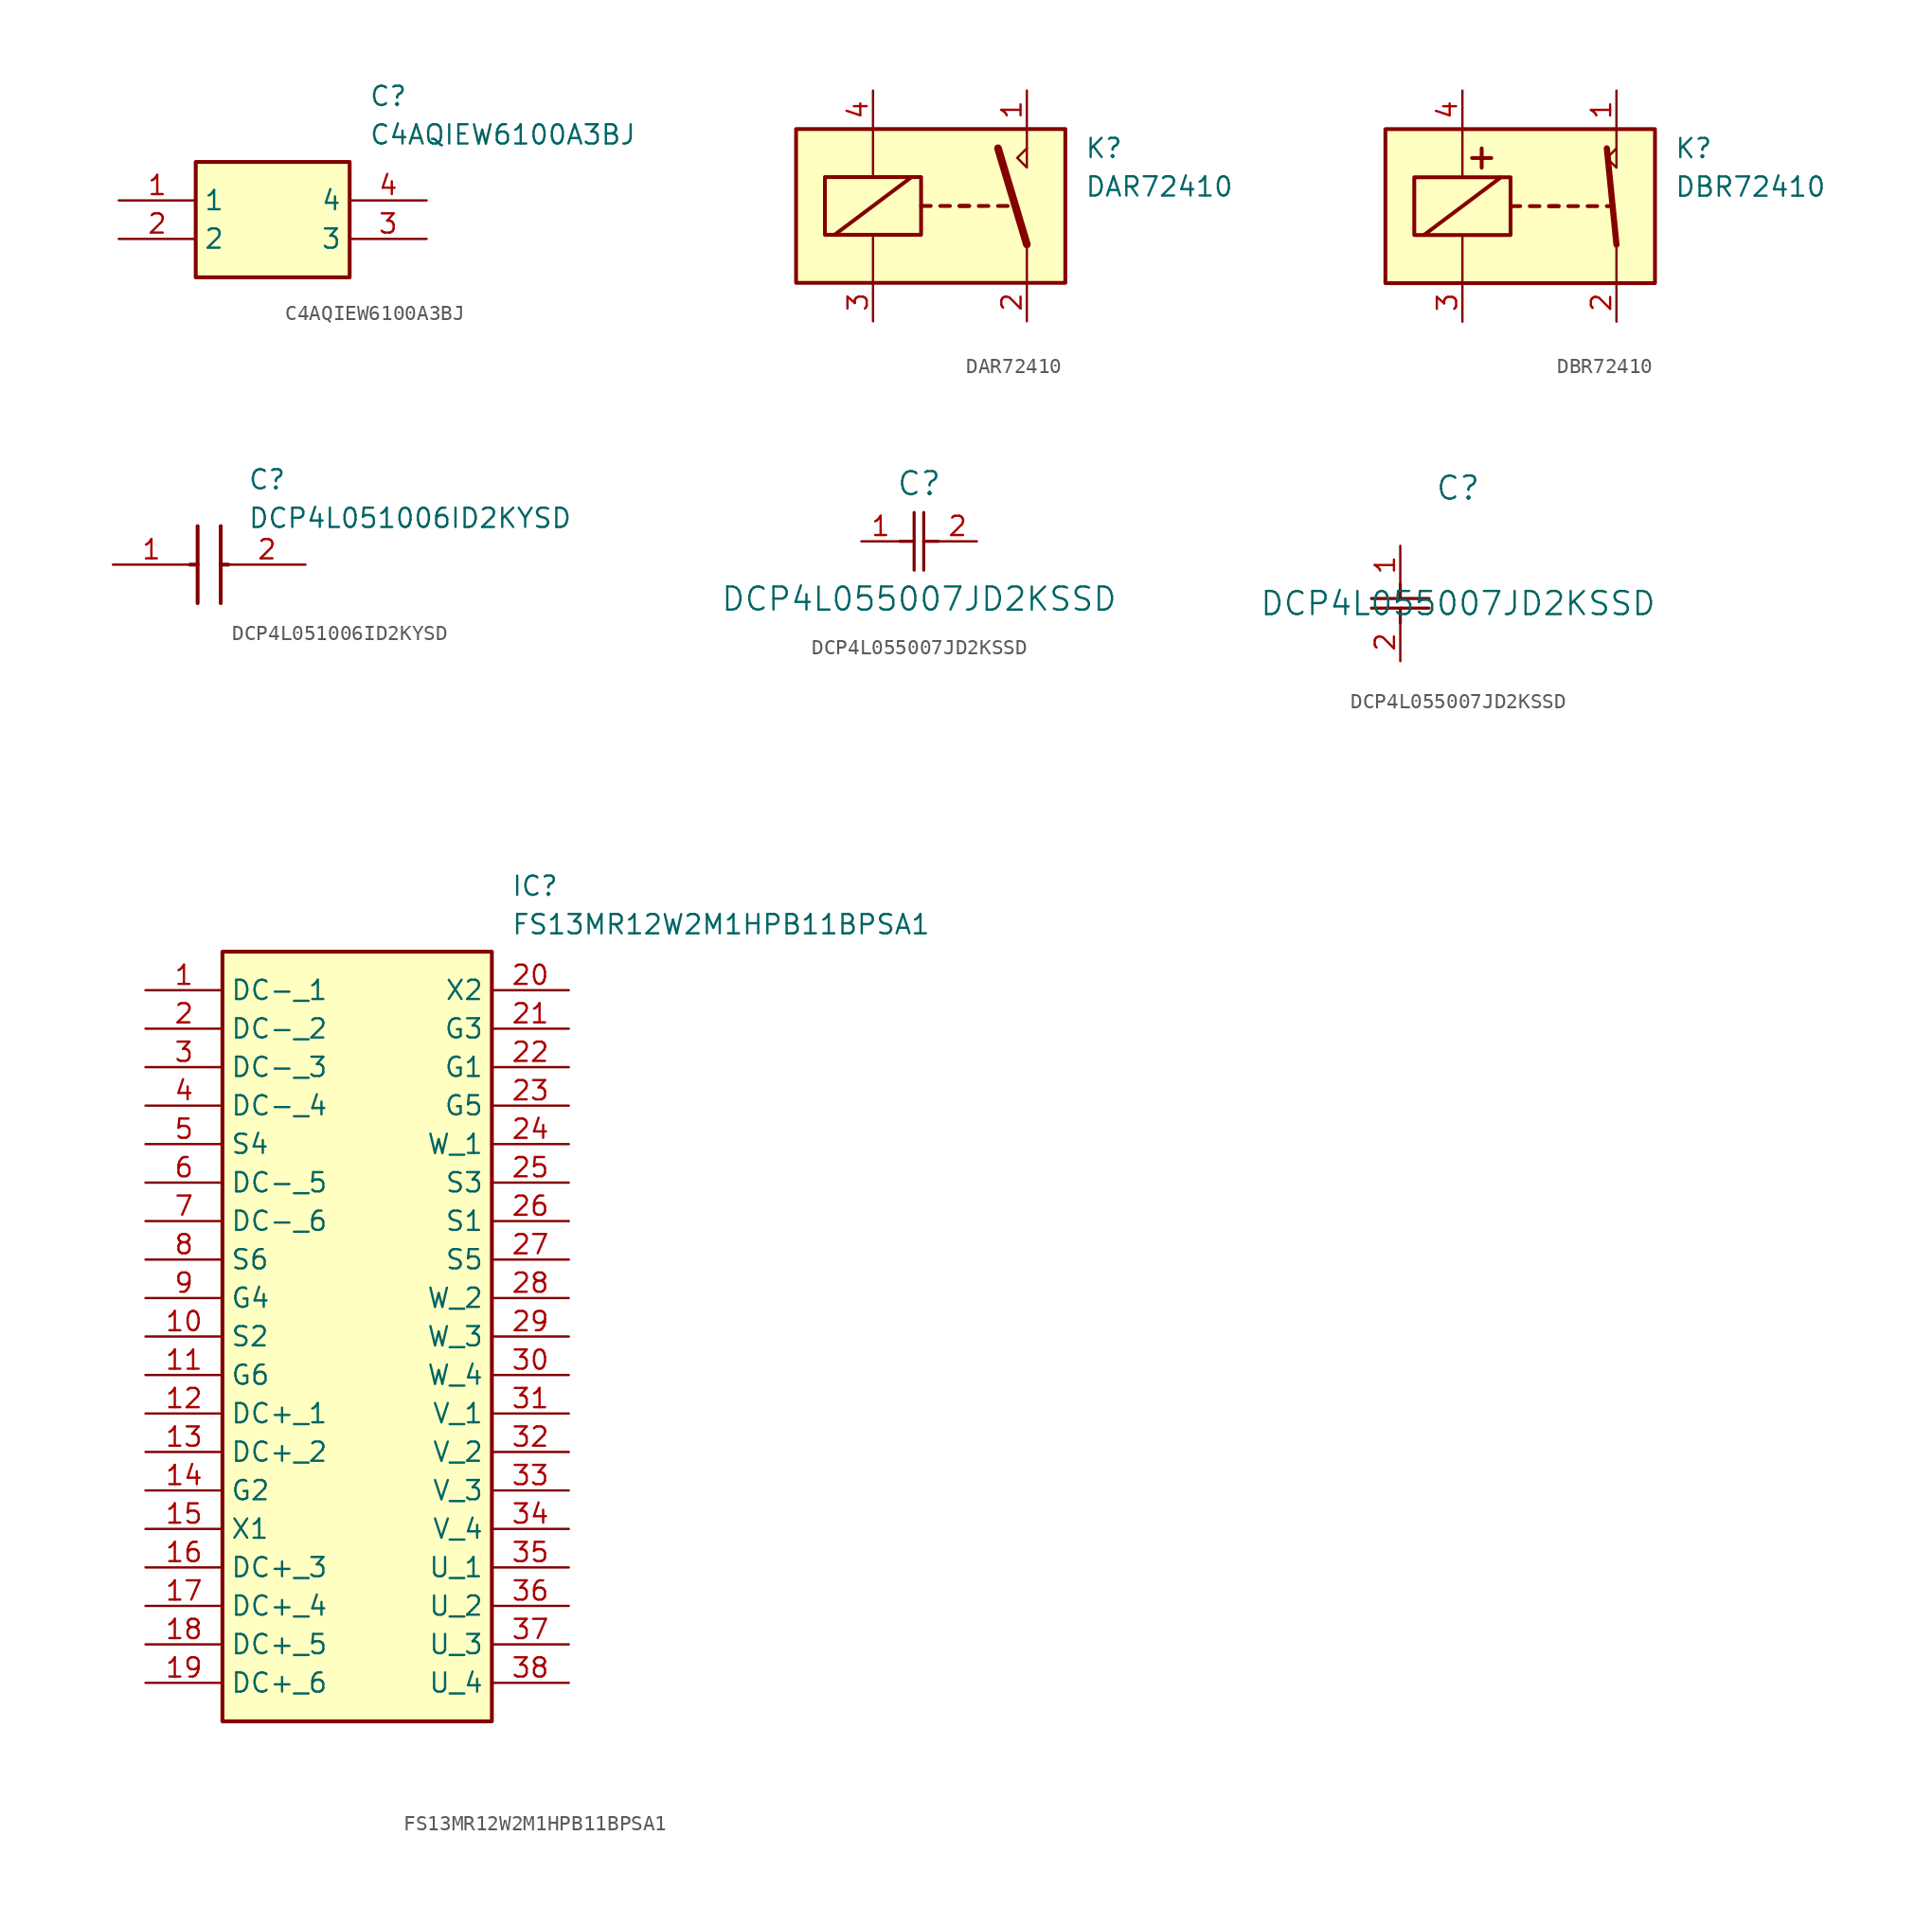
<source format=kicad_sym>
(kicad_symbol_lib
  (version 20241209)
  (generator "kicad_symbol_editor")
  (generator_version "9.0")
  (symbol "C4AQIEW6100A3BJ"
    (property "Reference" "C"
      (at 6.35 8.89 0)
      (effects (font (size 1.27 1.27)) (justify left top)))
    (property "Value" "C4AQIEW6100A3BJ"
      (at 6.35 6.35 0)
      (effects (font (size 1.27 1.27)) (justify left top)))
    (symbol "C4AQIEW6100A3BJ_1_1"
      (rectangle (start -5.08 3.81) (end 5.08 -3.81) (stroke (width 0.254) (type default)) (fill (type background)))
      (pin passive line (at -10.16 1.27 0) (length 5.08) (name "1" (effects (font (size 1.27 1.27)))) (number "1" (effects (font (size 1.27 1.27)))))
      (pin passive line (at -10.16 -1.27 0) (length 5.08) (name "2" (effects (font (size 1.27 1.27)))) (number "2" (effects (font (size 1.27 1.27)))))
      (pin passive line (at 10.16 1.27 180) (length 5.08) (name "4" (effects (font (size 1.27 1.27)))) (number "4" (effects (font (size 1.27 1.27)))))
      (pin passive line (at 10.16 -1.27 180) (length 5.08) (name "3" (effects (font (size 1.27 1.27)))) (number "3" (effects (font (size 1.27 1.27)))))))
  (symbol "DAR72410"
    (pin_names
      (offset 1.016))
    (property "Reference" "K"
      (at 8.89 3.81 0)
      (effects (font (size 1.27 1.27)) (justify left)))
    (property "Value" "DAR72410"
      (at 8.89 1.27 0)
      (effects (font (size 1.27 1.27)) (justify left)))
    (symbol "DAR72410_0_0"
      (polyline (pts (xy 5.08 3.81) (xy 5.08 5.08)) (stroke (width 0) (type solid)) (fill (type none)))
      (polyline (pts (xy 5.08 3.81) (xy 5.08 2.54) (xy 4.445 3.175) (xy 5.08 3.81)) (stroke (width 0) (type solid)) (fill (type none))))
    (symbol "DAR72410_0_1"
      (rectangle (start -10.16 5.08) (end 7.62 -5.08) (stroke (width 0.254) (type solid)) (fill (type background)))
      (rectangle (start -8.255 1.905) (end -1.905 -1.905) (stroke (width 0.254) (type solid)) (fill (type none)))
      (polyline (pts (xy -7.62 -1.905) (xy -2.54 1.905)) (stroke (width 0.254) (type solid)) (fill (type none)))
      (polyline (pts (xy -5.08 5.08) (xy -5.08 1.905)) (stroke (width 0) (type solid)) (fill (type none)))
      (polyline (pts (xy -5.08 -5.08) (xy -5.08 -1.905)) (stroke (width 0) (type solid)) (fill (type none)))
      (polyline (pts (xy -1.905 0) (xy -1.27 0)) (stroke (width 0.254) (type solid)) (fill (type none)))
      (polyline (pts (xy -0.635 0) (xy 0 0)) (stroke (width 0.254) (type solid)) (fill (type none)))
      (polyline (pts (xy 0.635 0) (xy 1.27 0)) (stroke (width 0.254) (type solid)) (fill (type none)))
      (polyline (pts (xy 0.635 0) (xy 1.27 0)) (stroke (width 0.254) (type solid)) (fill (type none)))
      (polyline (pts (xy 1.905 0) (xy 2.54 0)) (stroke (width 0.254) (type solid)) (fill (type none)))
      (polyline (pts (xy 3.175 0) (xy 3.81 0)) (stroke (width 0.254) (type solid)) (fill (type none)))
      (polyline (pts (xy 5.08 -2.54) (xy 3.175 3.81)) (stroke (width 0.508) (type solid)) (fill (type none)))
      (polyline (pts (xy 5.08 -2.54) (xy 5.08 -5.08)) (stroke (width 0) (type solid)) (fill (type none))))
    (symbol "DAR72410_1_1"
      (pin passive line (at -5.08 7.62 270) (length 2.54) (name "~" (effects (font (size 1.27 1.27)))) (number "4" (effects (font (size 1.27 1.27)))))
      (pin passive line (at -5.08 -7.62 90) (length 2.54) (name "~" (effects (font (size 1.27 1.27)))) (number "3" (effects (font (size 1.27 1.27)))))
      (pin passive line (at 5.08 7.62 270) (length 2.54) (name "~" (effects (font (size 1.27 1.27)))) (number "1" (effects (font (size 1.27 1.27)))))
      (pin passive line (at 5.08 -7.62 90) (length 2.54) (name "~" (effects (font (size 1.27 1.27)))) (number "2" (effects (font (size 1.27 1.27)))))))
  (symbol "DBR72410"
    (pin_names
      (offset 1.016))
    (property "Reference" "K"
      (at 8.89 3.81 0)
      (effects (font (size 1.27 1.27)) (justify left)))
    (property "Value" "DBR72410"
      (at 8.89 1.27 0)
      (effects (font (size 1.27 1.27)) (justify left)))
    (symbol "DBR72410_0_0"
      (polyline (pts (xy 5.08 3.81) (xy 5.08 5.08)) (stroke (width 0) (type solid)) (fill (type none)))
      (polyline (pts (xy 5.08 3.81) (xy 5.08 2.54) (xy 4.445 3.175) (xy 5.08 3.81)) (stroke (width 0) (type solid)) (fill (type none))))
    (symbol "DBR72410_0_1"
      (rectangle (start -10.16 5.08) (end 7.62 -5.08) (stroke (width 0.254) (type solid)) (fill (type background)))
      (rectangle (start -8.255 1.905) (end -1.905 -1.905) (stroke (width 0.254) (type solid)) (fill (type none)))
      (polyline (pts (xy -7.62 -1.905) (xy -2.54 1.905)) (stroke (width 0.254) (type solid)) (fill (type none)))
      (polyline (pts (xy -5.08 5.08) (xy -5.08 1.905)) (stroke (width 0) (type solid)) (fill (type none)))
      (polyline (pts (xy -5.08 -5.08) (xy -5.08 -1.905)) (stroke (width 0) (type solid)) (fill (type none)))
      (polyline (pts (xy -3.81 2.54) (xy -3.81 3.81)) (stroke (width 0.254) (type solid)) (fill (type none)))
      (polyline (pts (xy -3.175 3.175) (xy -4.445 3.175)) (stroke (width 0.254) (type solid)) (fill (type none)))
      (polyline (pts (xy -1.905 0) (xy -1.27 0)) (stroke (width 0.254) (type solid)) (fill (type none)))
      (polyline (pts (xy -0.635 0) (xy 0 0)) (stroke (width 0.254) (type solid)) (fill (type none)))
      (polyline (pts (xy 0.635 0) (xy 1.27 0)) (stroke (width 0.254) (type solid)) (fill (type none)))
      (polyline (pts (xy 0.635 0) (xy 1.27 0)) (stroke (width 0.254) (type solid)) (fill (type none)))
      (polyline (pts (xy 1.905 0) (xy 2.54 0)) (stroke (width 0.254) (type solid)) (fill (type none)))
      (polyline (pts (xy 3.175 0) (xy 3.81 0)) (stroke (width 0.254) (type solid)) (fill (type none)))
      (polyline (pts (xy 4.445 0) (xy 4.826 0)) (stroke (width 0.254) (type solid)) (fill (type none)))
      (polyline (pts (xy 5.08 -2.54) (xy 4.445 3.81)) (stroke (width 0.406) (type solid)) (fill (type none)))
      (polyline (pts (xy 5.08 -2.54) (xy 5.08 -5.08)) (stroke (width 0) (type solid)) (fill (type none))))
    (symbol "DBR72410_1_1"
      (pin passive line (at -5.08 7.62 270) (length 2.54) (name "~" (effects (font (size 1.27 1.27)))) (number "4" (effects (font (size 1.27 1.27)))))
      (pin passive line (at -5.08 -7.62 90) (length 2.54) (name "~" (effects (font (size 1.27 1.27)))) (number "3" (effects (font (size 1.27 1.27)))))
      (pin passive line (at 5.08 7.62 270) (length 2.54) (name "~" (effects (font (size 1.27 1.27)))) (number "1" (effects (font (size 1.27 1.27)))))
      (pin passive line (at 5.08 -7.62 90) (length 2.54) (name "~" (effects (font (size 1.27 1.27)))) (number "2" (effects (font (size 1.27 1.27)))))))
  (symbol "DCP4L051006ID2KYSD"
    (pin_names
      (hide yes))
    (property "Reference" "C"
      (at 8.89 6.35 0)
      (effects (font (size 1.27 1.27)) (justify left top)))
    (property "Value" "DCP4L051006ID2KYSD"
      (at 8.89 3.81 0)
      (effects (font (size 1.27 1.27)) (justify left top)))
    (symbol "DCP4L051006ID2KYSD_1_1"
      (polyline (pts (xy 5.08 0) (xy 5.588 0)) (stroke (width 0.254) (type default)) (fill (type none)))
      (polyline (pts (xy 5.588 2.54) (xy 5.588 -2.54)) (stroke (width 0.254) (type default)) (fill (type none)))
      (polyline (pts (xy 7.112 2.54) (xy 7.112 -2.54)) (stroke (width 0.254) (type default)) (fill (type none)))
      (polyline (pts (xy 7.112 0) (xy 7.62 0)) (stroke (width 0.254) (type default)) (fill (type none)))
      (pin passive line (at 0 0 0) (length 5.08) (name "1" (effects (font (size 1.27 1.27)))) (number "1" (effects (font (size 1.27 1.27)))))
      (pin passive line (at 12.7 0 180) (length 5.08) (name "2" (effects (font (size 1.27 1.27)))) (number "2" (effects (font (size 1.27 1.27)))))))
  (symbol "DCP4L055007JD2KSSD"
    (pin_names
      (offset 0.254))
    (property "Reference" "C"
      (at 3.81 3.81 0)
      (effects (font (size 1.524 1.524))))
    (property "Value" "DCP4L055007JD2KSSD"
      (at 3.81 -3.81 0)
      (effects (font (size 1.524 1.524))))
    (property "ki_locked" ""
      (at 0 0 0)
      (effects (font (size 1.27 1.27))))
    (symbol "DCP4L055007JD2KSSD_1_1"
      (polyline (pts (xy 2.54 0) (xy 3.48 0)) (stroke (width 0.203) (type default)) (fill (type none)))
      (polyline (pts (xy 3.48 -1.905) (xy 3.48 1.905)) (stroke (width 0.203) (type default)) (fill (type none)))
      (polyline (pts (xy 4.115 0) (xy 5.08 0)) (stroke (width 0.203) (type default)) (fill (type none)))
      (polyline (pts (xy 4.115 -1.905) (xy 4.115 1.905)) (stroke (width 0.203) (type default)) (fill (type none)))
      (pin unspecified line (at 0 0 0) (length 2.54) (name "" (effects (font (size 1.27 1.27)))) (number "1" (effects (font (size 1.27 1.27)))))
      (pin unspecified line (at 7.62 0 180) (length 2.54) (name "" (effects (font (size 1.27 1.27)))) (number "2" (effects (font (size 1.27 1.27))))))
    (symbol "DCP4L055007JD2KSSD_1_2"
      (polyline (pts (xy -1.905 -3.48) (xy 1.905 -3.48)) (stroke (width 0.203) (type default)) (fill (type none)))
      (polyline (pts (xy -1.905 -4.115) (xy 1.905 -4.115)) (stroke (width 0.203) (type default)) (fill (type none)))
      (polyline (pts (xy 0 -2.54) (xy 0 -3.48)) (stroke (width 0.203) (type default)) (fill (type none)))
      (polyline (pts (xy 0 -4.115) (xy 0 -5.08)) (stroke (width 0.203) (type default)) (fill (type none)))
      (pin unspecified line (at 0 0 270) (length 2.54) (name "" (effects (font (size 1.27 1.27)))) (number "1" (effects (font (size 1.27 1.27)))))
      (pin unspecified line (at 0 -7.62 90) (length 2.54) (name "" (effects (font (size 1.27 1.27)))) (number "2" (effects (font (size 1.27 1.27)))))))
  (symbol "FS13MR12W2M1HPB11BPSA1"
    (property "Reference" "IC"
      (at 24.13 7.62 0)
      (effects (font (size 1.27 1.27)) (justify left top)))
    (property "Value" "FS13MR12W2M1HPB11BPSA1"
      (at 24.13 5.08 0)
      (effects (font (size 1.27 1.27)) (justify left top)))
    (symbol "FS13MR12W2M1HPB11BPSA1_1_1"
      (rectangle (start 5.08 2.54) (end 22.86 -48.26) (stroke (width 0.254) (type default)) (fill (type background)))
      (pin passive line (at 0 0 0) (length 5.08) (name "DC-_1" (effects (font (size 1.27 1.27)))) (number "1" (effects (font (size 1.27 1.27)))))
      (pin passive line (at 0 -2.54 0) (length 5.08) (name "DC-_2" (effects (font (size 1.27 1.27)))) (number "2" (effects (font (size 1.27 1.27)))))
      (pin passive line (at 0 -5.08 0) (length 5.08) (name "DC-_3" (effects (font (size 1.27 1.27)))) (number "3" (effects (font (size 1.27 1.27)))))
      (pin passive line (at 0 -7.62 0) (length 5.08) (name "DC-_4" (effects (font (size 1.27 1.27)))) (number "4" (effects (font (size 1.27 1.27)))))
      (pin passive line (at 0 -10.16 0) (length 5.08) (name "S4" (effects (font (size 1.27 1.27)))) (number "5" (effects (font (size 1.27 1.27)))))
      (pin passive line (at 0 -12.7 0) (length 5.08) (name "DC-_5" (effects (font (size 1.27 1.27)))) (number "6" (effects (font (size 1.27 1.27)))))
      (pin passive line (at 0 -15.24 0) (length 5.08) (name "DC-_6" (effects (font (size 1.27 1.27)))) (number "7" (effects (font (size 1.27 1.27)))))
      (pin passive line (at 0 -17.78 0) (length 5.08) (name "S6" (effects (font (size 1.27 1.27)))) (number "8" (effects (font (size 1.27 1.27)))))
      (pin passive line (at 0 -20.32 0) (length 5.08) (name "G4" (effects (font (size 1.27 1.27)))) (number "9" (effects (font (size 1.27 1.27)))))
      (pin passive line (at 0 -22.86 0) (length 5.08) (name "S2" (effects (font (size 1.27 1.27)))) (number "10" (effects (font (size 1.27 1.27)))))
      (pin passive line (at 0 -25.4 0) (length 5.08) (name "G6" (effects (font (size 1.27 1.27)))) (number "11" (effects (font (size 1.27 1.27)))))
      (pin passive line (at 0 -27.94 0) (length 5.08) (name "DC+_1" (effects (font (size 1.27 1.27)))) (number "12" (effects (font (size 1.27 1.27)))))
      (pin passive line (at 0 -30.48 0) (length 5.08) (name "DC+_2" (effects (font (size 1.27 1.27)))) (number "13" (effects (font (size 1.27 1.27)))))
      (pin passive line (at 0 -33.02 0) (length 5.08) (name "G2" (effects (font (size 1.27 1.27)))) (number "14" (effects (font (size 1.27 1.27)))))
      (pin passive line (at 0 -35.56 0) (length 5.08) (name "X1" (effects (font (size 1.27 1.27)))) (number "15" (effects (font (size 1.27 1.27)))))
      (pin passive line (at 0 -38.1 0) (length 5.08) (name "DC+_3" (effects (font (size 1.27 1.27)))) (number "16" (effects (font (size 1.27 1.27)))))
      (pin passive line (at 0 -40.64 0) (length 5.08) (name "DC+_4" (effects (font (size 1.27 1.27)))) (number "17" (effects (font (size 1.27 1.27)))))
      (pin passive line (at 0 -43.18 0) (length 5.08) (name "DC+_5" (effects (font (size 1.27 1.27)))) (number "18" (effects (font (size 1.27 1.27)))))
      (pin passive line (at 0 -45.72 0) (length 5.08) (name "DC+_6" (effects (font (size 1.27 1.27)))) (number "19" (effects (font (size 1.27 1.27)))))
      (pin passive line (at 27.94 0 180) (length 5.08) (name "X2" (effects (font (size 1.27 1.27)))) (number "20" (effects (font (size 1.27 1.27)))))
      (pin passive line (at 27.94 -2.54 180) (length 5.08) (name "G3" (effects (font (size 1.27 1.27)))) (number "21" (effects (font (size 1.27 1.27)))))
      (pin passive line (at 27.94 -5.08 180) (length 5.08) (name "G1" (effects (font (size 1.27 1.27)))) (number "22" (effects (font (size 1.27 1.27)))))
      (pin passive line (at 27.94 -7.62 180) (length 5.08) (name "G5" (effects (font (size 1.27 1.27)))) (number "23" (effects (font (size 1.27 1.27)))))
      (pin passive line (at 27.94 -10.16 180) (length 5.08) (name "W_1" (effects (font (size 1.27 1.27)))) (number "24" (effects (font (size 1.27 1.27)))))
      (pin passive line (at 27.94 -12.7 180) (length 5.08) (name "S3" (effects (font (size 1.27 1.27)))) (number "25" (effects (font (size 1.27 1.27)))))
      (pin passive line (at 27.94 -15.24 180) (length 5.08) (name "S1" (effects (font (size 1.27 1.27)))) (number "26" (effects (font (size 1.27 1.27)))))
      (pin passive line (at 27.94 -17.78 180) (length 5.08) (name "S5" (effects (font (size 1.27 1.27)))) (number "27" (effects (font (size 1.27 1.27)))))
      (pin passive line (at 27.94 -20.32 180) (length 5.08) (name "W_2" (effects (font (size 1.27 1.27)))) (number "28" (effects (font (size 1.27 1.27)))))
      (pin passive line (at 27.94 -22.86 180) (length 5.08) (name "W_3" (effects (font (size 1.27 1.27)))) (number "29" (effects (font (size 1.27 1.27)))))
      (pin passive line (at 27.94 -25.4 180) (length 5.08) (name "W_4" (effects (font (size 1.27 1.27)))) (number "30" (effects (font (size 1.27 1.27)))))
      (pin passive line (at 27.94 -27.94 180) (length 5.08) (name "V_1" (effects (font (size 1.27 1.27)))) (number "31" (effects (font (size 1.27 1.27)))))
      (pin passive line (at 27.94 -30.48 180) (length 5.08) (name "V_2" (effects (font (size 1.27 1.27)))) (number "32" (effects (font (size 1.27 1.27)))))
      (pin passive line (at 27.94 -33.02 180) (length 5.08) (name "V_3" (effects (font (size 1.27 1.27)))) (number "33" (effects (font (size 1.27 1.27)))))
      (pin passive line (at 27.94 -35.56 180) (length 5.08) (name "V_4" (effects (font (size 1.27 1.27)))) (number "34" (effects (font (size 1.27 1.27)))))
      (pin passive line (at 27.94 -38.1 180) (length 5.08) (name "U_1" (effects (font (size 1.27 1.27)))) (number "35" (effects (font (size 1.27 1.27)))))
      (pin passive line (at 27.94 -40.64 180) (length 5.08) (name "U_2" (effects (font (size 1.27 1.27)))) (number "36" (effects (font (size 1.27 1.27)))))
      (pin passive line (at 27.94 -43.18 180) (length 5.08) (name "U_3" (effects (font (size 1.27 1.27)))) (number "37" (effects (font (size 1.27 1.27)))))
      (pin passive line (at 27.94 -45.72 180) (length 5.08) (name "U_4" (effects (font (size 1.27 1.27)))) (number "38" (effects (font (size 1.27 1.27))))))))
</source>
